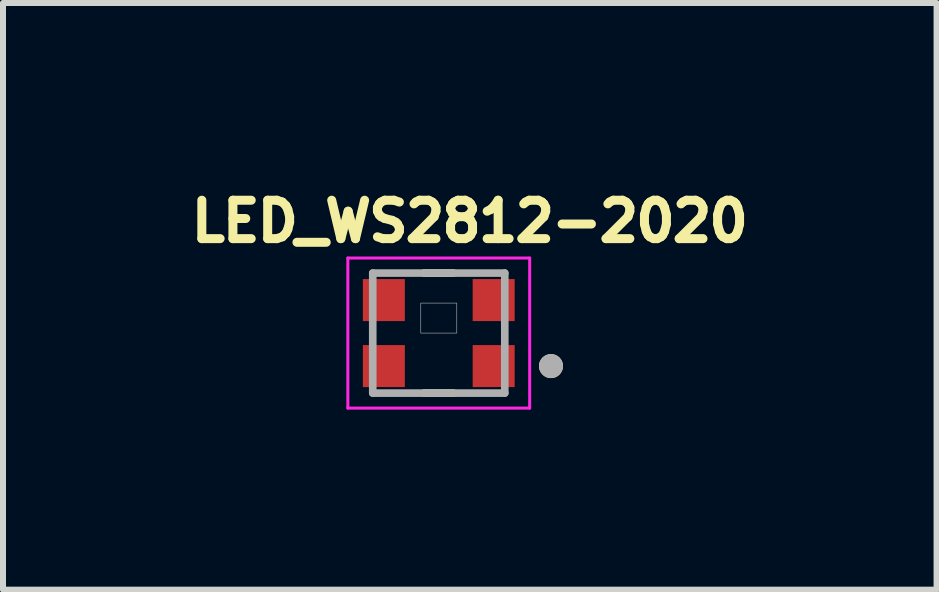
<source format=kicad_pcb>
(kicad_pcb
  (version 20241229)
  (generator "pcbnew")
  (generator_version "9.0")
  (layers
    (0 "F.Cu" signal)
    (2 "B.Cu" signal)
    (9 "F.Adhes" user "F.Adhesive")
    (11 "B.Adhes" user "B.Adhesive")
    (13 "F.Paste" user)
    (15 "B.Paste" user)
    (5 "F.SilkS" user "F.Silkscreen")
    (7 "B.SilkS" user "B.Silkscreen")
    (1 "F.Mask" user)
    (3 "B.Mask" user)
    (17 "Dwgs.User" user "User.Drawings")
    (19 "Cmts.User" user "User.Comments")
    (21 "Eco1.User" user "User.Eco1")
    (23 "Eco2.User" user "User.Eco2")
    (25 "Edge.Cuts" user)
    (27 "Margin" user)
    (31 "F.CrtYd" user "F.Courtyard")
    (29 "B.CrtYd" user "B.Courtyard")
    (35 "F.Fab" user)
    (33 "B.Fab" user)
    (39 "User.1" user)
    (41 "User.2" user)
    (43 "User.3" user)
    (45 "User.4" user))
  (footprint "LED_WS2812-2020"
    (layer "F.Cu")
    (at 4.261 2.5)
    (property "Reference" "LED_WS2812-2020" (at 0.517 -1.862 0) (layer "F.SilkS") (effects (font (size 0.64 0.64) (thickness 0.15))))
    (attr smd)
    (fp_line (start 0.245 -1) (end -0.245 -1) (stroke (width 0.127) (type solid)) (layer "F.SilkS"))
    (fp_line (start 0.245 1) (end -0.245 1) (stroke (width 0.127) (type solid)) (layer "F.SilkS"))
    (fp_circle (center 1.87 0.55) (end 1.97 0.55) (stroke (width 0.2) (type solid)) (fill no) (layer "F.SilkS"))
    (fp_line (start -1.515 -1.25) (end -1.515 1.25) (stroke (width 0.05) (type solid)) (layer "F.CrtYd"))
    (fp_line (start -1.515 1.25) (end 1.515 1.25) (stroke (width 0.05) (type solid)) (layer "F.CrtYd"))
    (fp_line (start 1.515 -1.25) (end -1.515 -1.25) (stroke (width 0.05) (type solid)) (layer "F.CrtYd"))
    (fp_line (start 1.515 1.25) (end 1.515 -1.25) (stroke (width 0.05) (type solid)) (layer "F.CrtYd"))
    (fp_line (start -1.1 -1) (end 1.1 -1) (stroke (width 0.127) (type solid)) (layer "F.Fab"))
    (fp_line (start -1.1 1) (end -1.1 -1) (stroke (width 0.127) (type solid)) (layer "F.Fab"))
    (fp_line (start 1.1 -1) (end 1.1 1) (stroke (width 0.127) (type solid)) (layer "F.Fab"))
    (fp_line (start 1.1 1) (end -1.1 1) (stroke (width 0.127) (type solid)) (layer "F.Fab"))
    (fp_circle (center 1.87 0.55) (end 1.97 0.55) (stroke (width 0.2) (type solid)) (fill no) (layer "F.Fab"))
    (fp_poly (pts (xy -0.3 -0.5) (xy 0.3 -0.5) (xy 0.3 0) (xy -0.3 0)) (stroke (width 0.01) (type solid)) (fill no) (layer "F.Fab"))
    (pad "1" smd rect (at 0.915 0.55) (size 0.7 0.7) (layers "F.Cu" "F.Mask" "F.Paste"))
    (pad "2" smd rect (at 0.915 -0.55) (size 0.7 0.7) (layers "F.Cu" "F.Mask" "F.Paste"))
    (pad "3" smd rect (at -0.915 -0.55) (size 0.7 0.7) (layers "F.Cu" "F.Mask" "F.Paste"))
    (pad "4" smd rect (at -0.915 0.55) (size 0.7 0.7) (layers "F.Cu" "F.Mask" "F.Paste")))
  (gr_rect
    (start -3 -3)
    (end 12.556 6.775)
    (stroke (width 0.1) (type default))
    (fill no)
    (layer "Edge.Cuts")))
</source>
